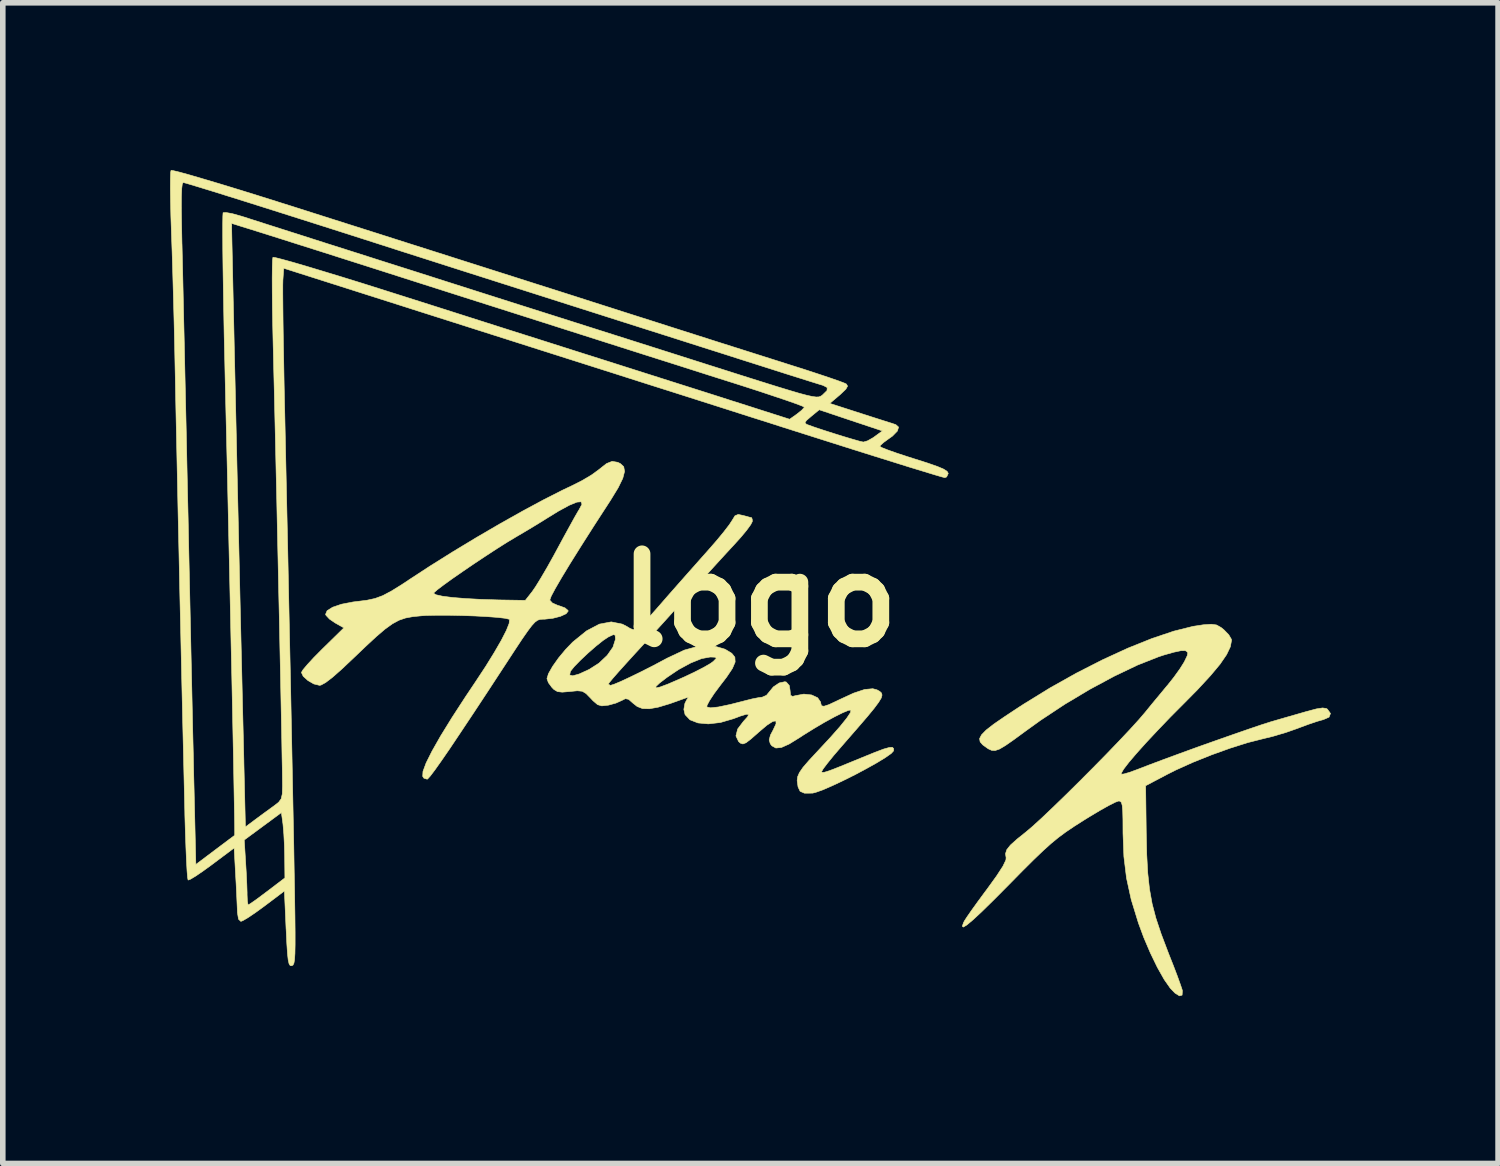
<source format=kicad_pcb>
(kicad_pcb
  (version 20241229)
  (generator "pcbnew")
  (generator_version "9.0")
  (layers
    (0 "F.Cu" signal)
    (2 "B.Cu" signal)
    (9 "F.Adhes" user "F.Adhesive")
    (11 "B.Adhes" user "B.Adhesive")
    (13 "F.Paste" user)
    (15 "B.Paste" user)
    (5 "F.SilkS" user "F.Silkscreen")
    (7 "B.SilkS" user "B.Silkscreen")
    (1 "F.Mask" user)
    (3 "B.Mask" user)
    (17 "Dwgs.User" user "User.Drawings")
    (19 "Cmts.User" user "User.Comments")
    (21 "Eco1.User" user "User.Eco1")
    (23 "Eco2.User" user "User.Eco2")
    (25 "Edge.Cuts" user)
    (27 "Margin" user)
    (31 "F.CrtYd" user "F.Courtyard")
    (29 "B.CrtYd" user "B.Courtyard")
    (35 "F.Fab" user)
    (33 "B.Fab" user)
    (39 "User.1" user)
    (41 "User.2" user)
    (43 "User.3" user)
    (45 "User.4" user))
  (footprint "logo"
    (layer "F.Cu")
    (at 10.568 7.716)
    (property "Reference" "logo" (at 0 0 0) (layer "F.SilkS") (effects (font (size 1.524 1.524) (thickness 0.3))))
    (attr through_hole)
    (fp_poly (pts (xy -2.542 -2.476) (xy -2.495 -2.454) (xy -2.433 -2.397) (xy -2.418 -2.312) (xy -2.45 -2.189) (xy -2.532 -2.021) (xy -2.668 -1.798) (xy -2.692 -1.761) (xy -2.961 -1.346) (xy -3.194 -0.98) (xy -3.39 -0.667) (xy -3.546 -0.41) (xy -3.661 -0.212) (xy -3.733 -0.077) (xy -3.758 -0.008) (xy -3.758 -0.003) (xy -3.713 0.047) (xy -3.615 0.09) (xy -3.587 0.098) (xy -3.486 0.135) (xy -3.432 0.181) (xy -3.429 0.193) (xy -3.467 0.24) (xy -3.567 0.286) (xy -3.703 0.321) (xy -3.854 0.338) (xy -3.886 0.338) (xy -3.933 0.341) (xy -3.977 0.356) (xy -4.024 0.39) (xy -4.083 0.454) (xy -4.159 0.555) (xy -4.261 0.702) (xy -4.395 0.905) (xy -4.542 1.13) (xy -4.858 1.613) (xy -5.131 2.027) (xy -5.362 2.374) (xy -5.552 2.658) (xy -5.705 2.88) (xy -5.82 3.042) (xy -5.901 3.149) (xy -5.948 3.201) (xy -5.958 3.207) (xy -6.016 3.189) (xy -6.038 3.156) (xy -6.033 3.068) (xy -5.977 2.916) (xy -5.871 2.704) (xy -5.717 2.433) (xy -5.516 2.107) (xy -5.27 1.728) (xy -5.091 1.461) (xy -4.909 1.185) (xy -4.754 0.934) (xy -4.628 0.716) (xy -4.538 0.54) (xy -4.488 0.414) (xy -4.481 0.346) (xy -4.487 0.339) (xy -4.555 0.322) (xy -4.69 0.306) (xy -4.876 0.292) (xy -5.096 0.28) (xy -5.334 0.272) (xy -5.571 0.267) (xy -5.792 0.267) (xy -5.98 0.271) (xy -6.064 0.277) (xy -6.216 0.292) (xy -6.345 0.316) (xy -6.463 0.356) (xy -6.581 0.42) (xy -6.713 0.515) (xy -6.87 0.649) (xy -7.064 0.829) (xy -7.264 1.02) (xy -7.485 1.229) (xy -7.655 1.379) (xy -7.779 1.474) (xy -7.862 1.519) (xy -7.888 1.524) (xy -7.99 1.499) (xy -8.097 1.437) (xy -8.181 1.361) (xy -8.213 1.293) (xy -8.184 1.244) (xy -8.105 1.15) (xy -7.989 1.024) (xy -7.845 0.879) (xy -7.832 0.866) (xy -7.451 0.493) (xy -7.609 0.404) (xy -7.71 0.335) (xy -7.772 0.268) (xy -7.78 0.251) (xy -7.752 0.185) (xy -7.653 0.123) (xy -7.495 0.069) (xy -7.29 0.029) (xy -7.215 0.02) (xy -7.039 -0.002) (xy -6.892 -0.034) (xy -6.754 -0.085) (xy -6.673 -0.128) (xy -5.842 -0.128) (xy -5.801 -0.101) (xy -5.686 -0.075) (xy -5.507 -0.052) (xy -5.273 -0.033) (xy -4.995 -0.018) (xy -4.683 -0.008) (xy -4.628 -0.007) (xy -4.198 0) (xy -4.073 -0.159) (xy -4.01 -0.251) (xy -3.918 -0.401) (xy -3.806 -0.592) (xy -3.686 -0.807) (xy -3.619 -0.931) (xy -3.504 -1.144) (xy -3.399 -1.335) (xy -3.313 -1.491) (xy -3.253 -1.595) (xy -3.232 -1.629) (xy -3.182 -1.724) (xy -3.197 -1.768) (xy -3.273 -1.762) (xy -3.411 -1.705) (xy -3.606 -1.599) (xy -3.828 -1.462) (xy -3.971 -1.373) (xy -4.153 -1.263) (xy -4.336 -1.155) (xy -4.36 -1.141) (xy -4.517 -1.047) (xy -4.704 -0.929) (xy -4.909 -0.795) (xy -5.12 -0.655) (xy -5.324 -0.516) (xy -5.51 -0.387) (xy -5.665 -0.275) (xy -5.778 -0.189) (xy -5.837 -0.137) (xy -5.842 -0.128) (xy -6.673 -0.128) (xy -6.604 -0.164) (xy -6.42 -0.278) (xy -6.28 -0.371) (xy -5.908 -0.614) (xy -5.503 -0.868) (xy -5.081 -1.123) (xy -4.656 -1.371) (xy -4.245 -1.602) (xy -3.864 -1.807) (xy -3.527 -1.978) (xy -3.36 -2.057) (xy -3.182 -2.147) (xy -3.013 -2.247) (xy -2.886 -2.339) (xy -2.87 -2.352) (xy -2.742 -2.453) (xy -2.641 -2.493) (xy -2.542 -2.476)) (stroke (width 0.01) (type solid)) (fill yes) (layer "F.SilkS"))
    (fp_poly (pts (xy 8.197 0.441) (xy 8.278 0.486) (xy 8.33 0.528) (xy 8.416 0.616) (xy 8.463 0.696) (xy 8.467 0.715) (xy 8.445 0.832) (xy 8.378 0.973) (xy 8.26 1.145) (xy 8.087 1.352) (xy 7.856 1.602) (xy 7.618 1.843) (xy 7.37 2.092) (xy 7.141 2.331) (xy 6.935 2.551) (xy 6.761 2.745) (xy 6.624 2.906) (xy 6.531 3.027) (xy 6.489 3.1) (xy 6.489 3.117) (xy 6.537 3.113) (xy 6.64 3.083) (xy 6.777 3.033) (xy 6.78 3.032) (xy 6.992 2.95) (xy 7.253 2.852) (xy 7.547 2.744) (xy 7.86 2.63) (xy 8.176 2.518) (xy 8.48 2.411) (xy 8.757 2.315) (xy 8.992 2.235) (xy 9.17 2.178) (xy 9.229 2.161) (xy 9.418 2.106) (xy 9.638 2.043) (xy 9.815 1.992) (xy 9.989 1.946) (xy 10.1 1.929) (xy 10.167 1.939) (xy 10.186 1.951) (xy 10.241 2.028) (xy 10.215 2.094) (xy 10.112 2.139) (xy 10.107 2.14) (xy 10.001 2.17) (xy 9.847 2.222) (xy 9.677 2.285) (xy 9.655 2.294) (xy 9.447 2.367) (xy 9.212 2.437) (xy 9.02 2.484) (xy 8.756 2.551) (xy 8.443 2.65) (xy 8.106 2.771) (xy 7.772 2.905) (xy 7.466 3.043) (xy 7.305 3.124) (xy 6.926 3.324) (xy 6.937 4.17) (xy 6.946 4.563) (xy 6.964 4.891) (xy 6.995 5.176) (xy 7.042 5.439) (xy 7.11 5.699) (xy 7.203 5.978) (xy 7.323 6.295) (xy 7.339 6.337) (xy 7.423 6.549) (xy 7.495 6.738) (xy 7.549 6.888) (xy 7.581 6.983) (xy 7.585 7.002) (xy 7.58 7.079) (xy 7.532 7.092) (xy 7.452 7.042) (xy 7.368 6.955) (xy 7.259 6.799) (xy 7.136 6.581) (xy 7.011 6.323) (xy 6.892 6.044) (xy 6.796 5.784) (xy 6.667 5.364) (xy 6.583 4.979) (xy 6.536 4.593) (xy 6.52 4.173) (xy 6.52 4.159) (xy 6.519 3.931) (xy 6.515 3.775) (xy 6.506 3.677) (xy 6.491 3.623) (xy 6.467 3.602) (xy 6.442 3.598) (xy 6.381 3.62) (xy 6.262 3.68) (xy 6.102 3.77) (xy 5.915 3.882) (xy 5.818 3.942) (xy 5.645 4.052) (xy 5.497 4.152) (xy 5.363 4.251) (xy 5.229 4.361) (xy 5.085 4.491) (xy 4.918 4.651) (xy 4.716 4.852) (xy 4.478 5.094) (xy 4.209 5.365) (xy 3.995 5.575) (xy 3.833 5.726) (xy 3.721 5.82) (xy 3.657 5.859) (xy 3.638 5.843) (xy 3.662 5.776) (xy 3.677 5.747) (xy 3.721 5.679) (xy 3.804 5.559) (xy 3.917 5.402) (xy 4.048 5.224) (xy 4.088 5.171) (xy 4.256 4.938) (xy 4.367 4.767) (xy 4.42 4.656) (xy 4.424 4.616) (xy 4.413 4.543) (xy 4.436 4.471) (xy 4.502 4.388) (xy 4.621 4.281) (xy 4.777 4.156) (xy 4.894 4.057) (xy 5.059 3.907) (xy 5.26 3.716) (xy 5.487 3.496) (xy 5.73 3.256) (xy 5.978 3.007) (xy 6.22 2.761) (xy 6.445 2.527) (xy 6.644 2.316) (xy 6.805 2.139) (xy 6.918 2.007) (xy 7.035 1.863) (xy 7.177 1.692) (xy 7.312 1.529) (xy 7.314 1.528) (xy 7.433 1.378) (xy 7.541 1.228) (xy 7.616 1.108) (xy 7.622 1.097) (xy 7.672 0.992) (xy 7.683 0.938) (xy 7.656 0.911) (xy 7.633 0.901) (xy 7.561 0.902) (xy 7.429 0.93) (xy 7.256 0.979) (xy 7.156 1.012) (xy 6.781 1.16) (xy 6.364 1.359) (xy 5.923 1.596) (xy 5.476 1.863) (xy 5.042 2.15) (xy 4.763 2.351) (xy 4.56 2.5) (xy 4.412 2.603) (xy 4.306 2.666) (xy 4.228 2.693) (xy 4.166 2.69) (xy 4.108 2.664) (xy 4.085 2.649) (xy 4.005 2.591) (xy 3.958 2.537) (xy 3.948 2.479) (xy 3.983 2.411) (xy 4.066 2.326) (xy 4.203 2.219) (xy 4.401 2.083) (xy 4.663 1.91) (xy 4.747 1.856) (xy 5.213 1.569) (xy 5.686 1.304) (xy 6.155 1.065) (xy 6.61 0.856) (xy 7.039 0.684) (xy 7.431 0.552) (xy 7.776 0.466) (xy 7.96 0.438) (xy 8.103 0.428) (xy 8.197 0.441)) (stroke (width 0.01) (type solid)) (fill yes) (layer "F.SilkS"))
    (fp_poly (pts (xy -0.286 -1.521) (xy -0.191 -1.495) (xy -0.139 -1.482) (xy -0.138 -1.482) (xy -0.128 -1.447) (xy -0.127 -1.415) (xy -0.155 -1.359) (xy -0.229 -1.257) (xy -0.339 -1.125) (xy -0.455 -0.997) (xy -0.602 -0.838) (xy -0.785 -0.638) (xy -0.986 -0.417) (xy -1.186 -0.196) (xy -1.27 -0.103) (xy -1.481 0.131) (xy -1.72 0.396) (xy -1.962 0.662) (xy -2.181 0.901) (xy -2.233 0.957) (xy -2.391 1.131) (xy -2.528 1.283) (xy -2.632 1.402) (xy -2.695 1.478) (xy -2.709 1.5) (xy -2.677 1.524) (xy -2.669 1.524) (xy -2.607 1.505) (xy -2.485 1.454) (xy -2.318 1.376) (xy -2.123 1.281) (xy -1.914 1.175) (xy -1.707 1.065) (xy -1.655 1.037) (xy -1.347 0.892) (xy -1.076 0.817) (xy -0.837 0.811) (xy -0.622 0.874) (xy -0.601 0.885) (xy -0.496 0.949) (xy -0.44 1.019) (xy -0.435 1.105) (xy -0.484 1.221) (xy -0.588 1.376) (xy -0.701 1.523) (xy -0.812 1.672) (xy -0.894 1.797) (xy -0.939 1.882) (xy -0.942 1.912) (xy -0.876 1.927) (xy -0.737 1.912) (xy -0.523 1.867) (xy -0.277 1.804) (xy -0.13 1.767) (xy -0.008 1.743) (xy 0.05 1.736) (xy 0.127 1.702) (xy 0.169 1.651) (xy 0.25 1.552) (xy 0.355 1.481) (xy 0.455 1.459) (xy 0.481 1.464) (xy 0.536 1.527) (xy 0.55 1.616) (xy 0.558 1.702) (xy 0.594 1.722) (xy 0.646 1.709) (xy 0.796 1.681) (xy 0.936 1.696) (xy 1.044 1.746) (xy 1.098 1.824) (xy 1.101 1.847) (xy 1.113 1.89) (xy 1.157 1.899) (xy 1.246 1.87) (xy 1.393 1.801) (xy 1.43 1.783) (xy 1.688 1.664) (xy 1.886 1.598) (xy 2.033 1.584) (xy 2.11 1.605) (xy 2.158 1.632) (xy 2.189 1.661) (xy 2.199 1.698) (xy 2.184 1.752) (xy 2.137 1.829) (xy 2.056 1.938) (xy 1.935 2.085) (xy 1.768 2.279) (xy 1.553 2.526) (xy 1.467 2.625) (xy 1.331 2.783) (xy 1.221 2.919) (xy 1.145 3.019) (xy 1.115 3.072) (xy 1.115 3.077) (xy 1.131 3.085) (xy 1.163 3.083) (xy 1.221 3.066) (xy 1.316 3.032) (xy 1.46 2.975) (xy 1.663 2.892) (xy 1.841 2.819) (xy 2.067 2.727) (xy 2.226 2.667) (xy 2.329 2.638) (xy 2.385 2.635) (xy 2.407 2.658) (xy 2.406 2.699) (xy 2.364 2.745) (xy 2.259 2.819) (xy 2.107 2.912) (xy 1.921 3.016) (xy 1.717 3.125) (xy 1.508 3.229) (xy 1.311 3.322) (xy 1.139 3.397) (xy 1.007 3.444) (xy 0.953 3.457) (xy 0.808 3.458) (xy 0.73 3.424) (xy 0.693 3.346) (xy 0.677 3.233) (xy 0.677 3.23) (xy 0.686 3.161) (xy 0.718 3.088) (xy 0.782 2.995) (xy 0.889 2.871) (xy 1.047 2.701) (xy 1.049 2.699) (xy 1.271 2.46) (xy 1.445 2.263) (xy 1.566 2.113) (xy 1.633 2.012) (xy 1.641 1.966) (xy 1.593 1.973) (xy 1.489 2.017) (xy 1.341 2.091) (xy 1.166 2.187) (xy 0.978 2.298) (xy 0.791 2.414) (xy 0.726 2.457) (xy 0.535 2.575) (xy 0.395 2.638) (xy 0.295 2.648) (xy 0.223 2.608) (xy 0.195 2.571) (xy 0.175 2.504) (xy 0.198 2.416) (xy 0.245 2.327) (xy 0.298 2.214) (xy 0.296 2.162) (xy 0.241 2.17) (xy 0.137 2.237) (xy -0.014 2.364) (xy -0.021 2.371) (xy -0.153 2.487) (xy -0.239 2.553) (xy -0.296 2.575) (xy -0.34 2.561) (xy -0.373 2.532) (xy -0.421 2.431) (xy -0.39 2.307) (xy -0.288 2.172) (xy -0.213 2.089) (xy -0.193 2.046) (xy -0.233 2.042) (xy -0.341 2.075) (xy -0.466 2.122) (xy -0.699 2.19) (xy -0.915 2.215) (xy -1.102 2.198) (xy -1.245 2.142) (xy -1.333 2.049) (xy -1.355 1.955) (xy -1.336 1.847) (xy -1.302 1.78) (xy -1.274 1.742) (xy -1.313 1.748) (xy -1.333 1.755) (xy -1.607 1.853) (xy -1.817 1.916) (xy -1.976 1.944) (xy -2.097 1.94) (xy -2.192 1.903) (xy -2.269 1.842) (xy -2.346 1.774) (xy -2.404 1.763) (xy -2.468 1.795) (xy -2.573 1.842) (xy -2.707 1.879) (xy -2.723 1.881) (xy -2.827 1.892) (xy -2.902 1.87) (xy -2.983 1.801) (xy -3.023 1.758) (xy -3.107 1.672) (xy -3.176 1.63) (xy -3.264 1.621) (xy -3.395 1.634) (xy -3.535 1.646) (xy -3.621 1.636) (xy -3.685 1.598) (xy -3.719 1.563) (xy -3.732 1.546) (xy -1.857 1.546) (xy -1.854 1.57) (xy -1.781 1.554) (xy -1.637 1.5) (xy -1.421 1.406) (xy -1.342 1.371) (xy -1.159 1.284) (xy -0.997 1.201) (xy -0.878 1.132) (xy -0.827 1.095) (xy -0.775 1.041) (xy -0.785 1.02) (xy -0.867 1.016) (xy -0.884 1.016) (xy -1.036 1.044) (xy -1.23 1.122) (xy -1.45 1.241) (xy -1.659 1.382) (xy -1.791 1.483) (xy -1.857 1.546) (xy -3.732 1.546) (xy -3.784 1.476) (xy -3.81 1.403) (xy -3.79 1.339) (xy -3.402 1.339) (xy -3.348 1.353) (xy -3.231 1.32) (xy -3.052 1.238) (xy -3.052 1.238) (xy -2.877 1.126) (xy -2.729 0.986) (xy -2.626 0.839) (xy -2.583 0.703) (xy -2.582 0.691) (xy -2.587 0.625) (xy -2.618 0.614) (xy -2.698 0.651) (xy -2.707 0.655) (xy -2.802 0.718) (xy -2.931 0.821) (xy -3.073 0.945) (xy -3.21 1.074) (xy -3.321 1.188) (xy -3.387 1.27) (xy -3.39 1.276) (xy -3.402 1.339) (xy -3.79 1.339) (xy -3.782 1.313) (xy -3.708 1.183) (xy -3.601 1.032) (xy -3.474 0.879) (xy -3.349 0.749) (xy -3.1 0.547) (xy -2.87 0.426) (xy -2.657 0.386) (xy -2.458 0.426) (xy -2.377 0.468) (xy -2.32 0.503) (xy -2.273 0.522) (xy -2.226 0.521) (xy -2.17 0.491) (xy -2.096 0.426) (xy -1.994 0.319) (xy -1.854 0.162) (xy -1.669 -0.05) (xy -1.657 -0.064) (xy -1.472 -0.274) (xy -1.268 -0.505) (xy -1.071 -0.727) (xy -0.905 -0.914) (xy -0.904 -0.915) (xy -0.763 -1.077) (xy -0.637 -1.23) (xy -0.541 -1.355) (xy -0.491 -1.431) (xy -0.438 -1.517) (xy -0.38 -1.541) (xy -0.286 -1.521)) (stroke (width 0.01) (type solid)) (fill yes) (layer "F.SilkS"))
    (fp_poly (pts (xy -10.506 -7.705) (xy -10.387 -7.676) (xy -10.203 -7.625) (xy -9.961 -7.554) (xy -9.669 -7.467) (xy -9.335 -7.365) (xy -8.965 -7.25) (xy -8.568 -7.125) (xy -8.402 -7.073) (xy -7.639 -6.83) (xy -6.949 -6.611) (xy -6.328 -6.413) (xy -5.768 -6.235) (xy -5.263 -6.074) (xy -4.807 -5.929) (xy -4.392 -5.797) (xy -4.013 -5.676) (xy -3.663 -5.565) (xy -3.337 -5.461) (xy -3.026 -5.361) (xy -2.725 -5.265) (xy -2.428 -5.17) (xy -2.127 -5.074) (xy -1.947 -5.017) (xy -1.553 -4.891) (xy -1.136 -4.758) (xy -0.716 -4.624) (xy -0.312 -4.496) (xy 0.06 -4.378) (xy 0.379 -4.277) (xy 0.529 -4.229) (xy 0.804 -4.142) (xy 1.054 -4.06) (xy 1.266 -3.989) (xy 1.43 -3.932) (xy 1.532 -3.893) (xy 1.56 -3.879) (xy 1.581 -3.842) (xy 1.55 -3.787) (xy 1.46 -3.701) (xy 1.44 -3.683) (xy 1.262 -3.532) (xy 1.827 -3.35) (xy 2.035 -3.283) (xy 2.217 -3.225) (xy 2.356 -3.181) (xy 2.435 -3.155) (xy 2.445 -3.152) (xy 2.496 -3.107) (xy 2.474 -3.036) (xy 2.386 -2.946) (xy 2.328 -2.905) (xy 2.229 -2.833) (xy 2.168 -2.778) (xy 2.159 -2.762) (xy 2.197 -2.739) (xy 2.303 -2.697) (xy 2.461 -2.641) (xy 2.659 -2.576) (xy 2.772 -2.54) (xy 3.018 -2.462) (xy 3.192 -2.401) (xy 3.305 -2.353) (xy 3.366 -2.313) (xy 3.386 -2.278) (xy 3.386 -2.275) (xy 3.357 -2.213) (xy 3.324 -2.201) (xy 3.273 -2.214) (xy 3.149 -2.25) (xy 2.959 -2.308) (xy 2.709 -2.384) (xy 2.409 -2.478) (xy 2.063 -2.586) (xy 1.681 -2.706) (xy 1.268 -2.837) (xy 0.858 -2.967) (xy 0.376 -3.12) (xy 0.178 -3.184) (xy 0.817 -3.184) (xy 0.844 -3.158) (xy 0.866 -3.149) (xy 0.983 -3.107) (xy 1.142 -3.054) (xy 1.323 -2.996) (xy 1.506 -2.939) (xy 1.67 -2.89) (xy 1.796 -2.854) (xy 1.863 -2.839) (xy 1.865 -2.839) (xy 1.94 -2.861) (xy 2.042 -2.919) (xy 2.068 -2.938) (xy 2.206 -3.039) (xy 1.639 -3.228) (xy 1.073 -3.418) (xy 0.928 -3.299) (xy 0.842 -3.225) (xy 0.817 -3.184) (xy 0.178 -3.184) (xy -0.12 -3.278) (xy -0.617 -3.437) (xy -1.103 -3.592) (xy -1.565 -3.739) (xy -1.991 -3.874) (xy -2.367 -3.994) (xy -2.68 -4.094) (xy -2.794 -4.13) (xy -3.086 -4.223) (xy -3.445 -4.337) (xy -3.857 -4.468) (xy -4.309 -4.612) (xy -4.786 -4.764) (xy -5.276 -4.92) (xy -5.763 -5.075) (xy -6.235 -5.225) (xy -6.287 -5.242) (xy -8.53 -5.956) (xy -8.545 -5.74) (xy -8.547 -5.656) (xy -8.547 -5.496) (xy -8.545 -5.269) (xy -8.542 -4.986) (xy -8.537 -4.653) (xy -8.53 -4.282) (xy -8.523 -3.88) (xy -8.514 -3.458) (xy -8.512 -3.387) (xy -8.494 -2.549) (xy -8.476 -1.721) (xy -8.458 -0.909) (xy -8.442 -0.117) (xy -8.426 0.648) (xy -8.41 1.381) (xy -8.396 2.078) (xy -8.383 2.732) (xy -8.371 3.339) (xy -8.36 3.892) (xy -8.35 4.387) (xy -8.343 4.818) (xy -8.336 5.179) (xy -8.332 5.467) (xy -8.329 5.65) (xy -8.326 5.948) (xy -8.326 6.172) (xy -8.329 6.333) (xy -8.336 6.441) (xy -8.347 6.506) (xy -8.364 6.54) (xy -8.387 6.552) (xy -8.388 6.552) (xy -8.414 6.549) (xy -8.434 6.518) (xy -8.45 6.449) (xy -8.463 6.331) (xy -8.475 6.151) (xy -8.487 5.898) (xy -8.488 5.889) (xy -8.518 5.212) (xy -8.88 5.485) (xy -9.034 5.597) (xy -9.167 5.687) (xy -9.262 5.743) (xy -9.299 5.757) (xy -9.341 5.717) (xy -9.361 5.595) (xy -9.361 5.577) (xy -9.366 5.46) (xy -9.374 5.285) (xy -9.384 5.078) (xy -9.393 4.919) (xy -9.419 4.44) (xy -9.817 4.738) (xy -9.975 4.853) (xy -10.108 4.944) (xy -10.203 5.001) (xy -10.245 5.016) (xy -10.254 4.971) (xy -10.264 4.851) (xy -10.274 4.669) (xy -10.284 4.434) (xy -10.294 4.157) (xy -10.303 3.85) (xy -10.304 3.779) (xy -10.323 2.967) (xy -10.342 2.161) (xy -10.36 1.367) (xy -10.377 0.592) (xy -10.394 -0.156) (xy -10.409 -0.87) (xy -10.424 -1.544) (xy -10.437 -2.17) (xy -10.449 -2.742) (xy -10.46 -3.252) (xy -10.469 -3.693) (xy -10.476 -4.059) (xy -10.478 -4.149) (xy -10.486 -4.55) (xy -10.496 -4.986) (xy -10.508 -5.432) (xy -10.52 -5.864) (xy -10.532 -6.26) (xy -10.544 -6.595) (xy -10.544 -6.601) (xy -10.554 -6.895) (xy -10.557 -7.037) (xy -10.366 -7.037) (xy -10.362 -6.756) (xy -10.355 -6.396) (xy -10.354 -6.382) (xy -10.349 -6.169) (xy -10.342 -5.88) (xy -10.334 -5.523) (xy -10.325 -5.108) (xy -10.314 -4.641) (xy -10.303 -4.133) (xy -10.291 -3.592) (xy -10.278 -3.025) (xy -10.266 -2.442) (xy -10.253 -1.851) (xy -10.244 -1.46) (xy -10.232 -0.867) (xy -10.219 -0.273) (xy -10.206 0.311) (xy -10.194 0.877) (xy -10.182 1.417) (xy -10.171 1.921) (xy -10.161 2.381) (xy -10.151 2.788) (xy -10.144 3.134) (xy -10.137 3.409) (xy -10.134 3.543) (xy -10.106 4.736) (xy -9.763 4.478) (xy -9.618 4.369) (xy -9.522 4.297) (xy -9.238 4.297) (xy -9.213 4.699) (xy -9.201 4.899) (xy -9.192 5.09) (xy -9.187 5.239) (xy -9.187 5.281) (xy -9.182 5.391) (xy -9.171 5.455) (xy -9.166 5.461) (xy -9.126 5.437) (xy -9.034 5.373) (xy -8.907 5.279) (xy -8.827 5.219) (xy -8.509 4.977) (xy -8.513 4.595) (xy -8.518 4.393) (xy -8.528 4.197) (xy -8.541 4.041) (xy -8.544 4.009) (xy -8.572 3.806) (xy -9.238 4.297) (xy -9.522 4.297) (xy -9.502 4.282) (xy -9.428 4.227) (xy -9.41 4.213) (xy -9.409 4.171) (xy -9.41 4.049) (xy -9.413 3.852) (xy -9.418 3.585) (xy -9.424 3.253) (xy -9.431 2.861) (xy -9.44 2.415) (xy -9.45 1.918) (xy -9.461 1.376) (xy -9.474 0.794) (xy -9.487 0.177) (xy -9.501 -0.471) (xy -9.516 -1.143) (xy -9.531 -1.837) (xy -9.547 -2.545) (xy -9.564 -3.265) (xy -9.581 -3.989) (xy -9.587 -4.275) (xy -9.598 -4.741) (xy -9.606 -5.181) (xy -9.613 -5.589) (xy -9.619 -5.958) (xy -9.623 -6.279) (xy -9.624 -6.547) (xy -9.624 -6.752) (xy -9.624 -6.759) (xy -9.464 -6.759) (xy -9.464 -6.716) (xy -9.462 -6.595) (xy -9.458 -6.401) (xy -9.452 -6.14) (xy -9.445 -5.817) (xy -9.437 -5.44) (xy -9.427 -5.012) (xy -9.417 -4.542) (xy -9.405 -4.034) (xy -9.393 -3.494) (xy -9.38 -2.928) (xy -9.367 -2.342) (xy -9.353 -1.742) (xy -9.339 -1.133) (xy -9.325 -0.523) (xy -9.311 0.085) (xy -9.297 0.683) (xy -9.283 1.265) (xy -9.27 1.827) (xy -9.257 2.362) (xy -9.245 2.864) (xy -9.244 2.931) (xy -9.217 4.063) (xy -9.043 3.933) (xy -8.901 3.828) (xy -8.754 3.721) (xy -8.711 3.69) (xy -8.623 3.622) (xy -8.576 3.559) (xy -8.556 3.472) (xy -8.552 3.331) (xy -8.552 3.323) (xy -8.553 3.23) (xy -8.555 3.059) (xy -8.56 2.818) (xy -8.565 2.515) (xy -8.572 2.157) (xy -8.58 1.751) (xy -8.589 1.305) (xy -8.599 0.827) (xy -8.609 0.323) (xy -8.621 -0.199) (xy -8.632 -0.731) (xy -8.644 -1.266) (xy -8.655 -1.797) (xy -8.667 -2.317) (xy -8.678 -2.817) (xy -8.689 -3.291) (xy -8.699 -3.73) (xy -8.709 -4.128) (xy -8.717 -4.478) (xy -8.719 -4.551) (xy -8.727 -4.907) (xy -8.733 -5.237) (xy -8.736 -5.531) (xy -8.737 -5.779) (xy -8.735 -5.971) (xy -8.731 -6.099) (xy -8.724 -6.152) (xy -8.724 -6.152) (xy -8.678 -6.146) (xy -8.559 -6.116) (xy -8.374 -6.065) (xy -8.131 -5.994) (xy -7.836 -5.905) (xy -7.497 -5.802) (xy -7.122 -5.686) (xy -6.717 -5.558) (xy -6.408 -5.46) (xy -5.932 -5.309) (xy -5.436 -5.151) (xy -4.935 -4.991) (xy -4.442 -4.834) (xy -3.971 -4.685) (xy -3.538 -4.547) (xy -3.154 -4.425) (xy -2.835 -4.324) (xy -2.794 -4.311) (xy -2.411 -4.189) (xy -1.999 -4.058) (xy -1.578 -3.924) (xy -1.171 -3.795) (xy -0.8 -3.677) (xy -0.486 -3.576) (xy -0.459 -3.568) (xy 0.542 -3.248) (xy 0.673 -3.341) (xy 0.758 -3.409) (xy 0.802 -3.458) (xy 0.804 -3.465) (xy 0.766 -3.485) (xy 0.656 -3.527) (xy 0.485 -3.587) (xy 0.262 -3.662) (xy -0.002 -3.75) (xy -0.299 -3.846) (xy -0.434 -3.889) (xy -0.899 -4.036) (xy -1.44 -4.209) (xy -2.055 -4.404) (xy -2.739 -4.622) (xy -3.489 -4.861) (xy -4.301 -5.12) (xy -5.172 -5.397) (xy -6.097 -5.692) (xy -7.073 -6.004) (xy -7.472 -6.131) (xy -7.864 -6.256) (xy -8.231 -6.372) (xy -8.564 -6.478) (xy -8.856 -6.57) (xy -9.1 -6.647) (xy -9.288 -6.705) (xy -9.411 -6.744) (xy -9.463 -6.759) (xy -9.464 -6.759) (xy -9.624 -6.759) (xy -9.622 -6.889) (xy -9.618 -6.95) (xy -9.617 -6.952) (xy -9.564 -6.955) (xy -9.453 -6.935) (xy -9.306 -6.894) (xy -9.269 -6.883) (xy -9.107 -6.831) (xy -8.87 -6.755) (xy -8.563 -6.657) (xy -8.193 -6.539) (xy -7.765 -6.402) (xy -7.286 -6.25) (xy -6.76 -6.082) (xy -6.193 -5.902) (xy -5.592 -5.71) (xy -4.962 -5.509) (xy -4.309 -5.301) (xy -3.637 -5.088) (xy -2.955 -4.871) (xy -2.266 -4.652) (xy -1.577 -4.433) (xy -0.893 -4.215) (xy -0.744 -4.168) (xy -0.32 -4.033) (xy 0.032 -3.922) (xy 0.317 -3.833) (xy 0.544 -3.764) (xy 0.72 -3.712) (xy 0.852 -3.677) (xy 0.948 -3.656) (xy 1.016 -3.647) (xy 1.062 -3.648) (xy 1.094 -3.658) (xy 1.12 -3.674) (xy 1.131 -3.683) (xy 1.212 -3.762) (xy 1.216 -3.816) (xy 1.142 -3.855) (xy 1.132 -3.858) (xy 1.069 -3.877) (xy 0.937 -3.918) (xy 0.744 -3.979) (xy 0.502 -4.055) (xy 0.22 -4.145) (xy -0.091 -4.244) (xy -0.296 -4.309) (xy -0.63 -4.416) (xy -1.027 -4.542) (xy -1.472 -4.684) (xy -1.947 -4.835) (xy -2.435 -4.99) (xy -2.921 -5.145) (xy -3.386 -5.293) (xy -3.577 -5.354) (xy -4.01 -5.492) (xy -4.453 -5.633) (xy -4.895 -5.774) (xy -5.319 -5.909) (xy -5.713 -6.035) (xy -6.063 -6.147) (xy -6.355 -6.24) (xy -6.498 -6.286) (xy -7.124 -6.487) (xy -7.706 -6.673) (xy -8.241 -6.843) (xy -8.723 -6.996) (xy -9.15 -7.131) (xy -9.518 -7.246) (xy -9.822 -7.341) (xy -10.06 -7.414) (xy -10.226 -7.464) (xy -10.318 -7.49) (xy -10.334 -7.493) (xy -10.349 -7.467) (xy -10.359 -7.387) (xy -10.365 -7.245) (xy -10.366 -7.037) (xy -10.557 -7.037) (xy -10.56 -7.161) (xy -10.563 -7.387) (xy -10.562 -7.562) (xy -10.558 -7.674) (xy -10.551 -7.711) (xy -10.506 -7.705)) (stroke (width 0.01) (type solid)) (fill yes) (layer "F.SilkS")))
  (gr_rect
    (start -3 -3)
    (end 23.814 17.813)
    (stroke (width 0.1) (type default))
    (fill no)
    (layer "Edge.Cuts")))
</source>
